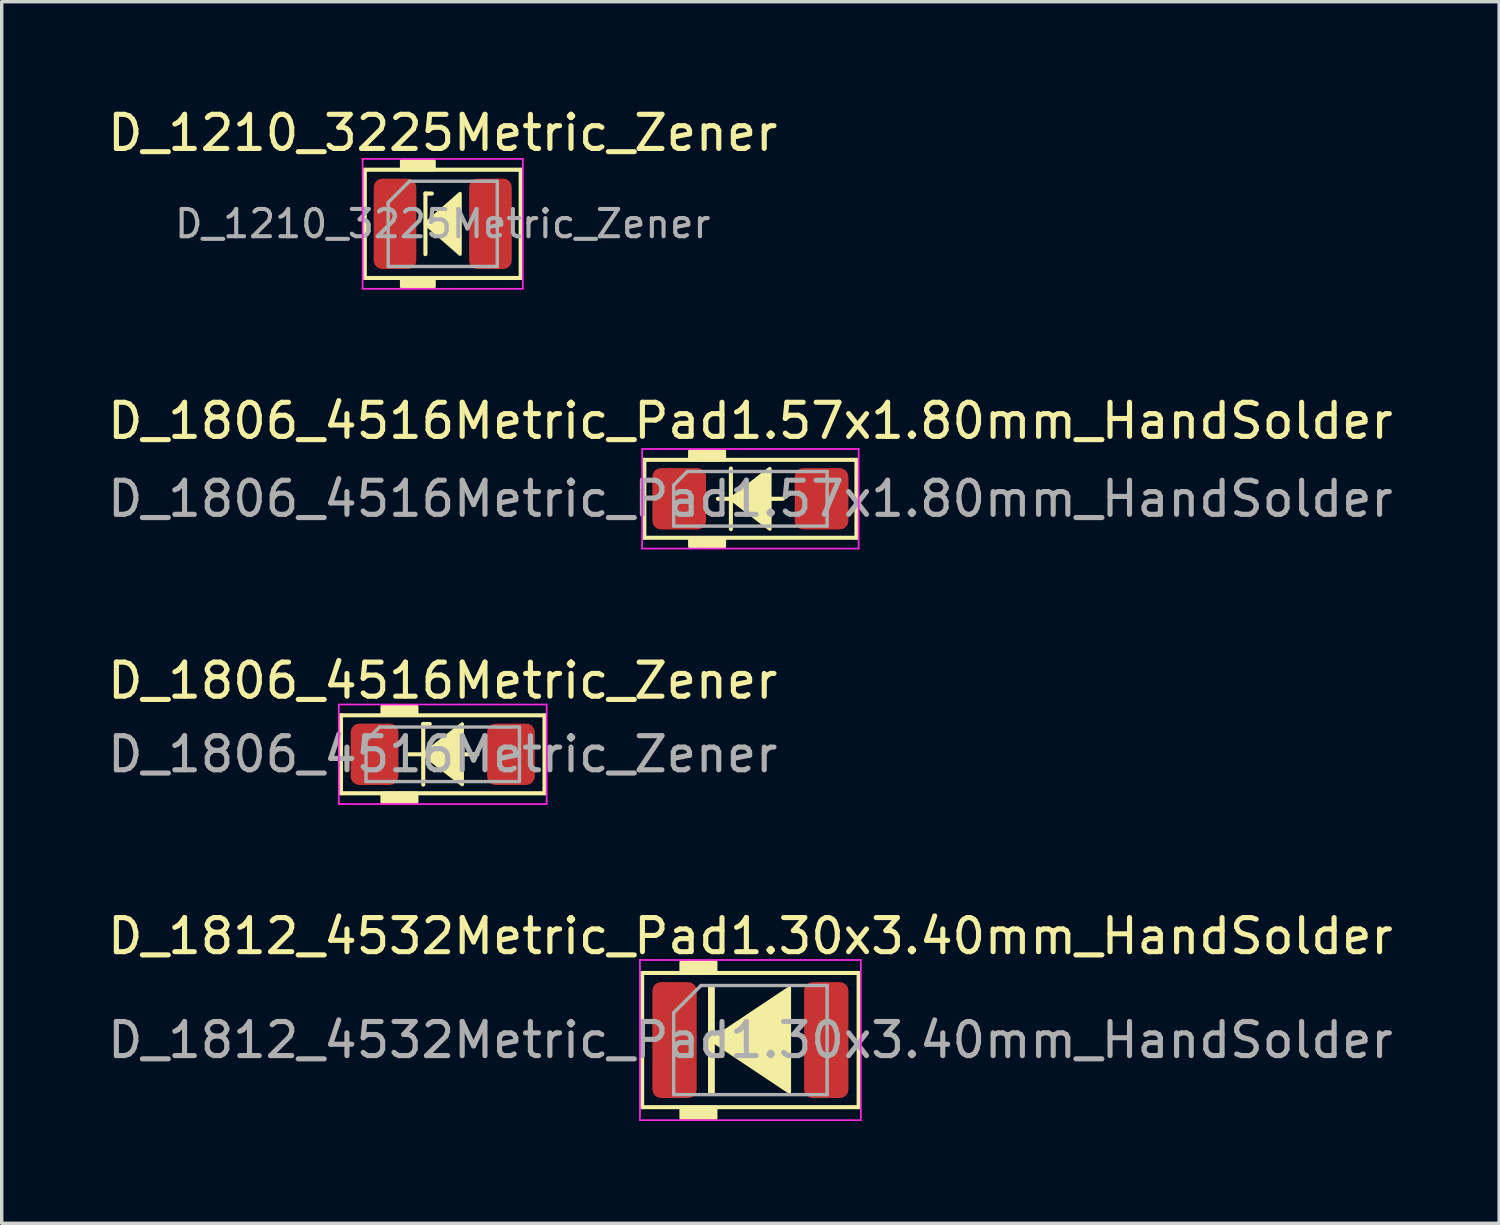
<source format=kicad_pcb>
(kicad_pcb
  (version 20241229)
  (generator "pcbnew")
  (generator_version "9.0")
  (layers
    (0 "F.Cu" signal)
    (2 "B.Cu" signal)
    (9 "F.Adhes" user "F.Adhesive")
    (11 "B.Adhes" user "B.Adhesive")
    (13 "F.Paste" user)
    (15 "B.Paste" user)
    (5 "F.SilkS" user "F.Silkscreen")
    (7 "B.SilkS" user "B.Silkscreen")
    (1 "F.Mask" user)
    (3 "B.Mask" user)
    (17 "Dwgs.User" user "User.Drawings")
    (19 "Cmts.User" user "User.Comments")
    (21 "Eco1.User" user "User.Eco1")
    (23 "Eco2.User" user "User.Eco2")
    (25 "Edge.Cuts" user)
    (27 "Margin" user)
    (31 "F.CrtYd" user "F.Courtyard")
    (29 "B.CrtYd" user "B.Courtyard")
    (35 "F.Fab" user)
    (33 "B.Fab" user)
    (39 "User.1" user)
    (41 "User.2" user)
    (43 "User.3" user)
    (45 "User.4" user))
  (footprint "D_1806_4516Metric_Pad1.57x1.80mm_HandSolder"
    (layer "F.Cu")
    (at 18.958 11.579)
    (property "Reference" "D_1806_4516Metric_Pad1.57x1.80mm_HandSolder" (at 0 -2.286 0) (layer "F.SilkS") (effects (font (size 1 1) (thickness 0.15))))
    (attr smd)
    (fp_line (start -3.111 -1.143) (end -3.111 1.143) (stroke (width 0.12) (type solid)) (layer "F.SilkS"))
    (fp_line (start -3.111 1.143) (end 3.111 1.143) (stroke (width 0.12) (type solid)) (layer "F.SilkS"))
    (fp_line (start -0.953 0) (end -0.572 0) (stroke (width 0.12) (type solid)) (layer "F.SilkS"))
    (fp_line (start -0.572 -0.889) (end -0.572 0.889) (stroke (width 0.12) (type solid)) (layer "F.SilkS"))
    (fp_line (start 0.572 0) (end 0.953 0) (stroke (width 0.12) (type solid)) (layer "F.SilkS"))
    (fp_line (start 3.111 -1.143) (end -3.111 -1.143) (stroke (width 0.12) (type solid)) (layer "F.SilkS"))
    (fp_line (start 3.111 1.143) (end 3.111 -1.143) (stroke (width 0.12) (type solid)) (layer "F.SilkS"))
    (fp_poly (pts (xy 0.572 0.889) (xy -0.572 0) (xy 0.572 -0.889)) (stroke (width 0.1) (type solid)) (fill yes) (layer "F.SilkS"))
    (fp_poly (pts (xy -0.762 -1.143) (xy -1.778 -1.143) (xy -1.778 -1.397) (xy -0.762 -1.397)) (stroke (width 0.1) (type solid)) (fill yes) (layer "F.SilkS"))
    (fp_poly (pts (xy -0.762 1.397) (xy -1.778 1.397) (xy -1.778 1.143) (xy -0.762 1.143)) (stroke (width 0.1) (type solid)) (fill yes) (layer "F.SilkS"))
    (fp_line (start -3.175 -1.46) (end 3.175 -1.46) (stroke (width 0.05) (type solid)) (layer "F.CrtYd"))
    (fp_line (start -3.175 1.46) (end -3.175 -1.46) (stroke (width 0.05) (type solid)) (layer "F.CrtYd"))
    (fp_line (start 3.175 -1.46) (end 3.175 1.46) (stroke (width 0.05) (type solid)) (layer "F.CrtYd"))
    (fp_line (start 3.175 1.46) (end -3.175 1.46) (stroke (width 0.05) (type solid)) (layer "F.CrtYd"))
    (fp_line (start -2.25 -0.4) (end -2.25 0.8) (stroke (width 0.1) (type solid)) (layer "F.Fab"))
    (fp_line (start -2.25 0.8) (end 2.25 0.8) (stroke (width 0.1) (type solid)) (layer "F.Fab"))
    (fp_line (start -1.85 -0.8) (end -2.25 -0.4) (stroke (width 0.1) (type solid)) (layer "F.Fab"))
    (fp_line (start 2.25 -0.8) (end -1.85 -0.8) (stroke (width 0.1) (type solid)) (layer "F.Fab"))
    (fp_line (start 2.25 0.8) (end 2.25 -0.8) (stroke (width 0.1) (type solid)) (layer "F.Fab"))
    (fp_text user "${REFERENCE}" (at 0 0 0) (layer "F.Fab") (effects (font (size 1 1) (thickness 0.15))))
    (pad "1" smd roundrect (at -2.087 0) (size 1.575 1.8) (layers "F.Cu" "F.Mask" "F.Paste") (roundrect_rratio 0.159))
    (pad "2" smd roundrect (at 2.087 0) (size 1.575 1.8) (layers "F.Cu" "F.Mask" "F.Paste") (roundrect_rratio 0.159)))
  (footprint "D_1806_4516Metric_Zener"
    (layer "F.Cu")
    (at 9.935 19.072)
    (property "Reference" "D_1806_4516Metric_Zener" (at 0 -2.159 0) (layer "F.SilkS") (effects (font (size 1 1) (thickness 0.15))))
    (attr smd)
    (fp_line (start -2.985 -1.143) (end -2.985 1.143) (stroke (width 0.12) (type solid)) (layer "F.SilkS"))
    (fp_line (start -2.985 1.143) (end 2.985 1.143) (stroke (width 0.12) (type solid)) (layer "F.SilkS"))
    (fp_line (start -1.016 0) (end -0.572 0) (stroke (width 0.12) (type solid)) (layer "F.SilkS"))
    (fp_line (start -0.572 -0.889) (end -0.572 0.889) (stroke (width 0.12) (type solid)) (layer "F.SilkS"))
    (fp_line (start -0.572 -0.889) (end -0.381 -0.889) (stroke (width 0.12) (type solid)) (layer "F.SilkS"))
    (fp_line (start 0.572 0) (end 1.016 0) (stroke (width 0.12) (type solid)) (layer "F.SilkS"))
    (fp_line (start 2.985 -1.143) (end -2.985 -1.143) (stroke (width 0.12) (type solid)) (layer "F.SilkS"))
    (fp_line (start 2.985 1.143) (end 2.985 -1.143) (stroke (width 0.12) (type solid)) (layer "F.SilkS"))
    (fp_poly (pts (xy 0.572 0.889) (xy -0.572 0) (xy 0.572 -0.889)) (stroke (width 0.1) (type solid)) (fill yes) (layer "F.SilkS"))
    (fp_poly (pts (xy -0.762 -1.143) (xy -1.778 -1.143) (xy -1.778 -1.397) (xy -0.762 -1.397)) (stroke (width 0.1) (type solid)) (fill yes) (layer "F.SilkS"))
    (fp_poly (pts (xy -0.762 1.397) (xy -1.778 1.397) (xy -1.778 1.143) (xy -0.762 1.143)) (stroke (width 0.1) (type solid)) (fill yes) (layer "F.SilkS"))
    (fp_line (start -3.048 -1.46) (end 3.048 -1.46) (stroke (width 0.05) (type solid)) (layer "F.CrtYd"))
    (fp_line (start -3.048 1.46) (end -3.048 -1.46) (stroke (width 0.05) (type solid)) (layer "F.CrtYd"))
    (fp_line (start 3.048 -1.46) (end 3.048 1.46) (stroke (width 0.05) (type solid)) (layer "F.CrtYd"))
    (fp_line (start 3.048 1.46) (end -3.048 1.46) (stroke (width 0.05) (type solid)) (layer "F.CrtYd"))
    (fp_line (start -2.25 -0.4) (end -2.25 0.8) (stroke (width 0.1) (type solid)) (layer "F.Fab"))
    (fp_line (start -2.25 0.8) (end 2.25 0.8) (stroke (width 0.1) (type solid)) (layer "F.Fab"))
    (fp_line (start -1.85 -0.8) (end -2.25 -0.4) (stroke (width 0.1) (type solid)) (layer "F.Fab"))
    (fp_line (start 2.25 -0.8) (end -1.85 -0.8) (stroke (width 0.1) (type solid)) (layer "F.Fab"))
    (fp_line (start 2.25 0.8) (end 2.25 -0.8) (stroke (width 0.1) (type solid)) (layer "F.Fab"))
    (fp_text user "${REFERENCE}" (at 0 0 0) (layer "F.Fab") (effects (font (size 1 1) (thickness 0.15))))
    (pad "1" smd roundrect (at -2 0) (size 1.4 1.8) (layers "F.Cu" "F.Mask" "F.Paste") (roundrect_rratio 0.179))
    (pad "2" smd roundrect (at 2 0) (size 1.4 1.8) (layers "F.Cu" "F.Mask" "F.Paste") (roundrect_rratio 0.179)))
  (footprint "D_1210_3225Metric_Zener"
    (layer "F.Cu")
    (at 9.935 3.515)
    (property "Reference" "D_1210_3225Metric_Zener" (at 0 -2.667 0) (layer "F.SilkS") (effects (font (size 1 1) (thickness 0.15))))
    (attr smd)
    (fp_line (start -2.286 -1.587) (end 2.286 -1.587) (stroke (width 0.12) (type solid)) (layer "F.SilkS"))
    (fp_line (start -2.286 1.587) (end -2.286 -1.587) (stroke (width 0.12) (type solid)) (layer "F.SilkS"))
    (fp_line (start -0.508 -0.889) (end -0.508 0.889) (stroke (width 0.12) (type solid)) (layer "F.SilkS"))
    (fp_line (start -0.508 -0.889) (end -0.318 -0.889) (stroke (width 0.12) (type solid)) (layer "F.SilkS"))
    (fp_line (start 2.286 -1.587) (end 2.286 1.587) (stroke (width 0.12) (type solid)) (layer "F.SilkS"))
    (fp_line (start 2.286 1.587) (end -2.286 1.587) (stroke (width 0.12) (type solid)) (layer "F.SilkS"))
    (fp_poly (pts (xy 0.508 0.889) (xy -0.508 0) (xy 0.508 -0.889)) (stroke (width 0.1) (type solid)) (fill yes) (layer "F.SilkS"))
    (fp_poly (pts (xy -0.254 -1.587) (xy -1.206 -1.587) (xy -1.206 -1.841) (xy -0.254 -1.841)) (stroke (width 0.1) (type solid)) (fill yes) (layer "F.SilkS"))
    (fp_poly (pts (xy -0.254 1.841) (xy -1.206 1.841) (xy -1.206 1.587) (xy -0.254 1.587)) (stroke (width 0.1) (type solid)) (fill yes) (layer "F.SilkS"))
    (fp_line (start -2.349 -1.905) (end 2.349 -1.905) (stroke (width 0.05) (type solid)) (layer "F.CrtYd"))
    (fp_line (start -2.349 1.905) (end -2.349 -1.905) (stroke (width 0.05) (type solid)) (layer "F.CrtYd"))
    (fp_line (start 2.349 -1.905) (end 2.349 1.905) (stroke (width 0.05) (type solid)) (layer "F.CrtYd"))
    (fp_line (start 2.349 1.905) (end -2.349 1.905) (stroke (width 0.05) (type solid)) (layer "F.CrtYd"))
    (fp_line (start -1.6 -0.625) (end -1.6 1.25) (stroke (width 0.1) (type solid)) (layer "F.Fab"))
    (fp_line (start -1.6 1.25) (end 1.6 1.25) (stroke (width 0.1) (type solid)) (layer "F.Fab"))
    (fp_line (start -0.975 -1.25) (end -1.6 -0.625) (stroke (width 0.1) (type solid)) (layer "F.Fab"))
    (fp_line (start 1.6 -1.25) (end -0.975 -1.25) (stroke (width 0.1) (type solid)) (layer "F.Fab"))
    (fp_line (start 1.6 1.25) (end 1.6 -1.25) (stroke (width 0.1) (type solid)) (layer "F.Fab"))
    (fp_text user "${REFERENCE}" (at 0 0 0) (layer "F.Fab") (effects (font (size 0.8 0.8) (thickness 0.12))))
    (pad "1" smd roundrect (at -1.4 0) (size 1.25 2.65) (layers "F.Cu" "F.Mask" "F.Paste") (roundrect_rratio 0.2))
    (pad "2" smd roundrect (at 1.4 0) (size 1.25 2.65) (layers "F.Cu" "F.Mask" "F.Paste") (roundrect_rratio 0.2)))
  (footprint "D_1812_4532Metric_Pad1.30x3.40mm_HandSolder"
    (layer "F.Cu")
    (at 18.958 27.454)
    (property "Reference" "D_1812_4532Metric_Pad1.30x3.40mm_HandSolder" (at 0 -3.048 0) (layer "F.SilkS") (effects (font (size 1 1) (thickness 0.15))))
    (attr smd)
    (fp_line (start -3.175 -1.968) (end -3.175 1.968) (stroke (width 0.12) (type solid)) (layer "F.SilkS"))
    (fp_line (start -3.175 1.968) (end 3.175 1.968) (stroke (width 0.12) (type solid)) (layer "F.SilkS"))
    (fp_line (start -1.143 -1.524) (end -1.143 1.524) (stroke (width 0.2) (type solid)) (layer "F.SilkS"))
    (fp_line (start 3.175 -1.968) (end -3.175 -1.968) (stroke (width 0.12) (type solid)) (layer "F.SilkS"))
    (fp_line (start 3.175 1.968) (end 3.175 -1.968) (stroke (width 0.12) (type solid)) (layer "F.SilkS"))
    (fp_poly (pts (xy 1.143 1.524) (xy -1.143 0) (xy 1.143 -1.524)) (stroke (width 0.1) (type solid)) (fill yes) (layer "F.SilkS"))
    (fp_poly (pts (xy -1.016 -1.968) (xy -2.032 -1.968) (xy -2.032 -2.286) (xy -1.016 -2.286)) (stroke (width 0.1) (type solid)) (fill yes) (layer "F.SilkS"))
    (fp_poly (pts (xy -1.016 2.286) (xy -2.032 2.286) (xy -2.032 1.968) (xy -1.016 1.968)) (stroke (width 0.1) (type solid)) (fill yes) (layer "F.SilkS"))
    (fp_line (start -3.239 -2.349) (end 3.239 -2.349) (stroke (width 0.05) (type solid)) (layer "F.CrtYd"))
    (fp_line (start -3.239 2.349) (end -3.239 -2.349) (stroke (width 0.05) (type solid)) (layer "F.CrtYd"))
    (fp_line (start 3.239 -2.349) (end 3.239 2.349) (stroke (width 0.05) (type solid)) (layer "F.CrtYd"))
    (fp_line (start 3.239 2.349) (end -3.239 2.349) (stroke (width 0.05) (type solid)) (layer "F.CrtYd"))
    (fp_line (start -2.25 -0.8) (end -2.25 1.6) (stroke (width 0.1) (type solid)) (layer "F.Fab"))
    (fp_line (start -2.25 1.6) (end 2.25 1.6) (stroke (width 0.1) (type solid)) (layer "F.Fab"))
    (fp_line (start -1.45 -1.6) (end -2.25 -0.8) (stroke (width 0.1) (type solid)) (layer "F.Fab"))
    (fp_line (start 2.25 -1.6) (end -1.45 -1.6) (stroke (width 0.1) (type solid)) (layer "F.Fab"))
    (fp_line (start 2.25 1.6) (end 2.25 -1.6) (stroke (width 0.1) (type solid)) (layer "F.Fab"))
    (fp_text user "${REFERENCE}" (at 0 0 0) (layer "F.Fab") (effects (font (size 1 1) (thickness 0.15))))
    (pad "1" smd roundrect (at -2.225 0) (size 1.3 3.4) (layers "F.Cu" "F.Mask" "F.Paste") (roundrect_rratio 0.192))
    (pad "2" smd roundrect (at 2.225 0) (size 1.3 3.4) (layers "F.Cu" "F.Mask" "F.Paste") (roundrect_rratio 0.192)))
  (gr_rect
    (start -3 -3)
    (end 40.917 32.828)
    (stroke (width 0.1) (type default))
    (fill no)
    (layer "Edge.Cuts")))
</source>
